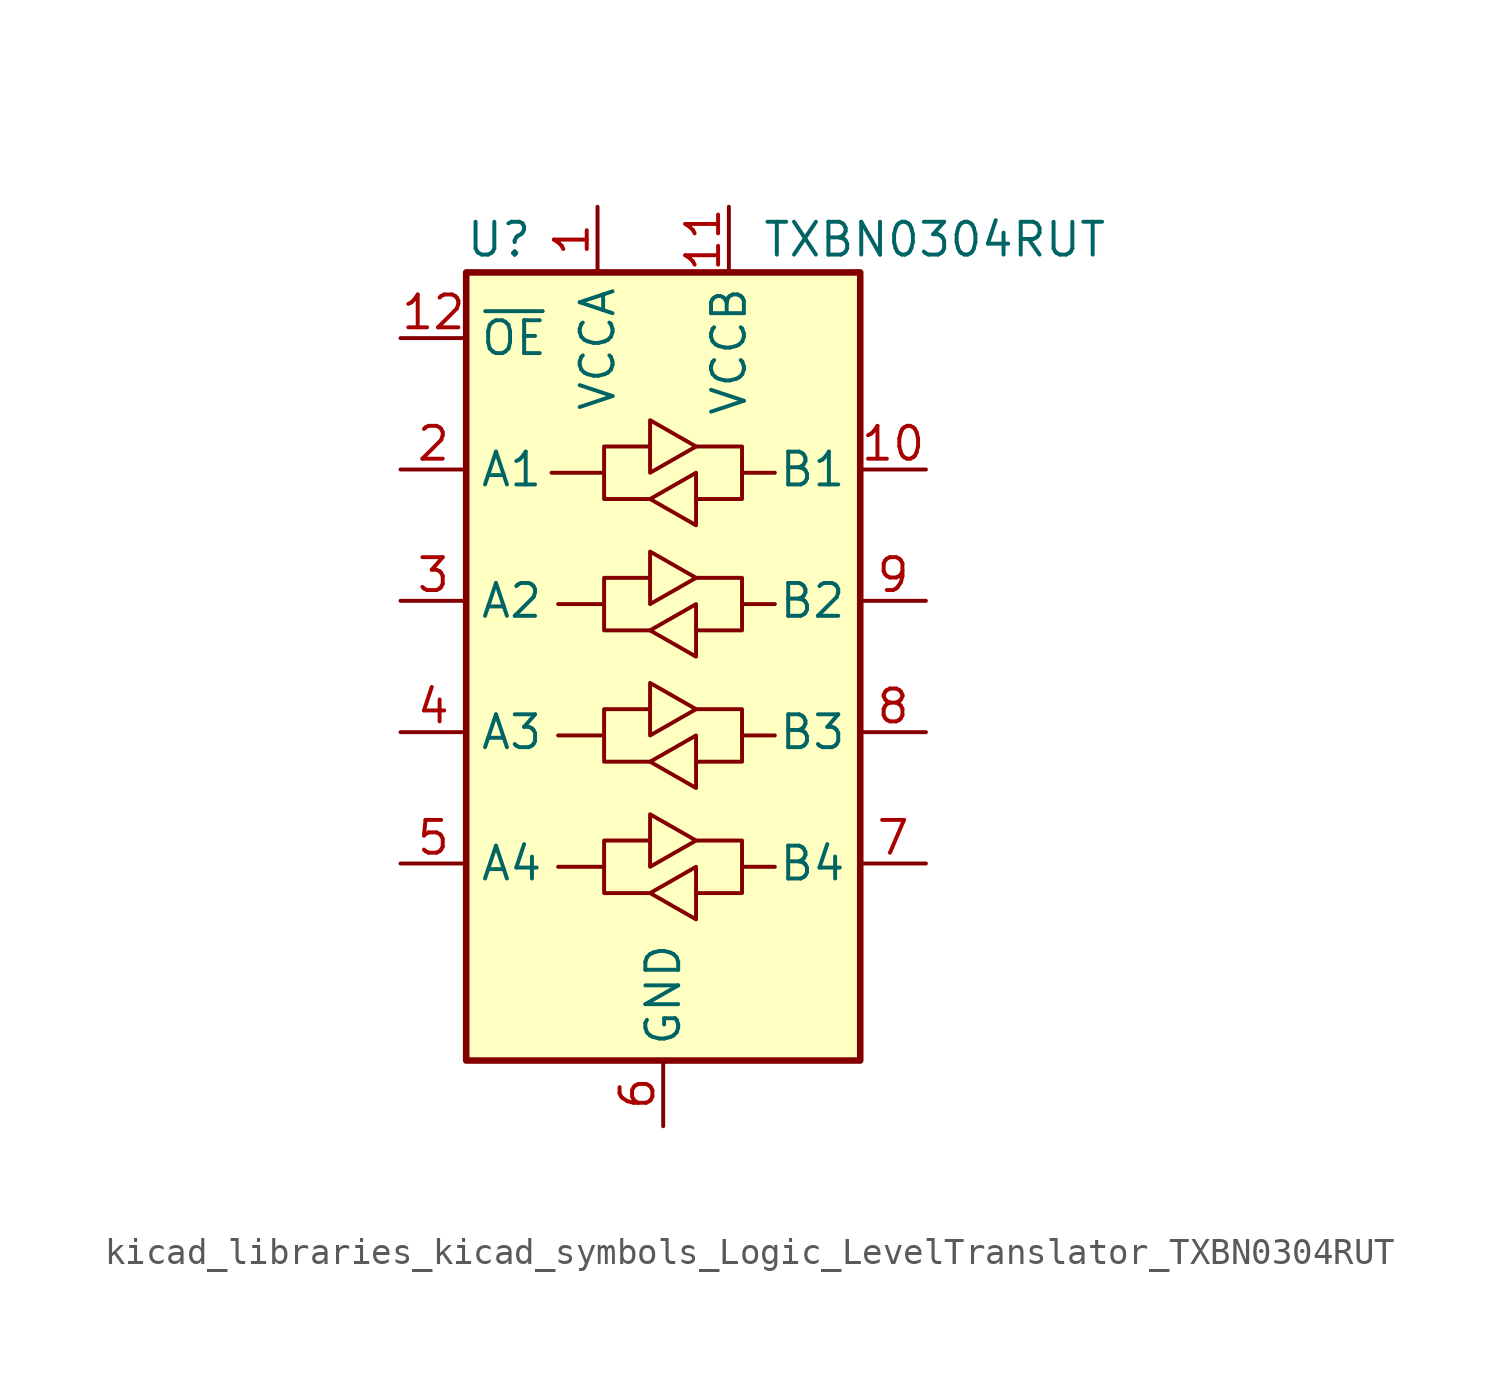
<source format=kicad_sym>
(kicad_symbol_lib
  (version 20220914)
  (generator kicad_symbol_editor)
  (symbol "kicad_libraries_kicad_symbols_Logic_LevelTranslator_TXBN0304RUT"
    (property "Reference" "U"
      (at -6.35 16.51 0)
      (effects (font (size 1.27 1.27))))
    (property "Value" "TXBN0304RUT"
      (at 3.81 16.51 0)
      (effects (font (size 1.27 1.27)) (justify left)))
    (symbol "kicad_libraries_kicad_symbols_Logic_LevelTranslator_TXBN0304RUT_0_1"
      (rectangle (start -7.62 15.24) (end 7.62 -15.24) (stroke (width 0.254) (type default)) (fill (type background)))
      (polyline (pts (xy -2.286 -7.747) (xy -2.286 -6.731) (xy -0.508 -6.731)) (stroke (width 0) (type default)) (fill (type none)))
      (polyline (pts (xy -2.286 -2.667) (xy -2.286 -1.651) (xy -0.508 -1.651)) (stroke (width 0) (type default)) (fill (type none)))
      (polyline (pts (xy -2.286 2.413) (xy -2.286 3.429) (xy -0.508 3.429)) (stroke (width 0) (type default)) (fill (type none)))
      (polyline (pts (xy -2.286 7.493) (xy -2.286 8.509) (xy -0.508 8.509)) (stroke (width 0) (type default)) (fill (type none)))
      (polyline (pts (xy 3.048 -7.747) (xy 3.048 -8.763) (xy 1.27 -8.763)) (stroke (width 0) (type default)) (fill (type none)))
      (polyline (pts (xy 3.048 -2.667) (xy 3.048 -3.683) (xy 1.27 -3.683)) (stroke (width 0) (type default)) (fill (type none)))
      (polyline (pts (xy 3.048 2.413) (xy 3.048 1.397) (xy 1.27 1.397)) (stroke (width 0) (type default)) (fill (type none)))
      (polyline (pts (xy 3.048 7.493) (xy 3.048 6.477) (xy 1.27 6.477)) (stroke (width 0) (type default)) (fill (type none)))
      (polyline (pts (xy -0.508 -8.763) (xy -2.286 -8.763) (xy -2.286 -7.747) (xy -4.064 -7.747)) (stroke (width 0) (type default)) (fill (type none)))
      (polyline (pts (xy -0.508 -8.763) (xy 1.27 -7.747) (xy 1.27 -9.779) (xy -0.508 -8.763)) (stroke (width 0) (type default)) (fill (type none)))
      (polyline (pts (xy -0.508 -3.683) (xy -2.286 -3.683) (xy -2.286 -2.667) (xy -4.064 -2.667)) (stroke (width 0) (type default)) (fill (type none)))
      (polyline (pts (xy -0.508 -3.683) (xy 1.27 -2.667) (xy 1.27 -4.699) (xy -0.508 -3.683)) (stroke (width 0) (type default)) (fill (type none)))
      (polyline (pts (xy -0.508 1.397) (xy -2.286 1.397) (xy -2.286 2.413) (xy -4.064 2.413)) (stroke (width 0) (type default)) (fill (type none)))
      (polyline (pts (xy -0.508 1.397) (xy 1.27 2.413) (xy 1.27 0.381) (xy -0.508 1.397)) (stroke (width 0) (type default)) (fill (type none)))
      (polyline (pts (xy -0.508 6.477) (xy -2.286 6.477) (xy -2.286 7.493) (xy -4.318 7.493)) (stroke (width 0) (type default)) (fill (type none)))
      (polyline (pts (xy -0.508 6.477) (xy 1.27 7.493) (xy 1.27 5.461) (xy -0.508 6.477)) (stroke (width 0) (type default)) (fill (type none)))
      (polyline (pts (xy 1.27 -6.731) (xy -0.508 -7.747) (xy -0.508 -5.715) (xy 1.27 -6.731)) (stroke (width 0) (type default)) (fill (type none)))
      (polyline (pts (xy 1.27 -6.731) (xy 3.048 -6.731) (xy 3.048 -7.747) (xy 4.318 -7.747)) (stroke (width 0) (type default)) (fill (type none)))
      (polyline (pts (xy 1.27 -1.651) (xy -0.508 -2.667) (xy -0.508 -0.635) (xy 1.27 -1.651)) (stroke (width 0) (type default)) (fill (type none)))
      (polyline (pts (xy 1.27 -1.651) (xy 3.048 -1.651) (xy 3.048 -2.667) (xy 4.318 -2.667)) (stroke (width 0) (type default)) (fill (type none)))
      (polyline (pts (xy 1.27 3.429) (xy -0.508 2.413) (xy -0.508 4.445) (xy 1.27 3.429)) (stroke (width 0) (type default)) (fill (type none)))
      (polyline (pts (xy 1.27 3.429) (xy 3.048 3.429) (xy 3.048 2.413) (xy 4.318 2.413)) (stroke (width 0) (type default)) (fill (type none)))
      (polyline (pts (xy 1.27 8.509) (xy -0.508 7.493) (xy -0.508 9.525) (xy 1.27 8.509)) (stroke (width 0) (type default)) (fill (type none)))
      (polyline (pts (xy 1.27 8.509) (xy 3.048 8.509) (xy 3.048 7.493) (xy 4.318 7.493)) (stroke (width 0) (type default)) (fill (type none))))
    (symbol "kicad_libraries_kicad_symbols_Logic_LevelTranslator_TXBN0304RUT_1_1"
      (pin power_in line (at -2.54 17.78 270) (length 2.54) (name "VCCA" (effects (font (size 1.27 1.27)))) (number "1" (effects (font (size 1.27 1.27)))))
      (pin tri_state line (at 10.16 7.62 180) (length 2.54) (name "B1" (effects (font (size 1.27 1.27)))) (number "10" (effects (font (size 1.27 1.27)))))
      (pin power_in line (at 2.54 17.78 270) (length 2.54) (name "VCCB" (effects (font (size 1.27 1.27)))) (number "11" (effects (font (size 1.27 1.27)))))
      (pin input line (at -10.16 12.7 0) (length 2.54) (name "~{OE}" (effects (font (size 1.27 1.27)))) (number "12" (effects (font (size 1.27 1.27)))))
      (pin tri_state line (at -10.16 7.62 0) (length 2.54) (name "A1" (effects (font (size 1.27 1.27)))) (number "2" (effects (font (size 1.27 1.27)))))
      (pin tri_state line (at -10.16 2.54 0) (length 2.54) (name "A2" (effects (font (size 1.27 1.27)))) (number "3" (effects (font (size 1.27 1.27)))))
      (pin tri_state line (at -10.16 -2.54 0) (length 2.54) (name "A3" (effects (font (size 1.27 1.27)))) (number "4" (effects (font (size 1.27 1.27)))))
      (pin tri_state line (at -10.16 -7.62 0) (length 2.54) (name "A4" (effects (font (size 1.27 1.27)))) (number "5" (effects (font (size 1.27 1.27)))))
      (pin power_in line (at 0 -17.78 90) (length 2.54) (name "GND" (effects (font (size 1.27 1.27)))) (number "6" (effects (font (size 1.27 1.27)))))
      (pin tri_state line (at 10.16 -7.62 180) (length 2.54) (name "B4" (effects (font (size 1.27 1.27)))) (number "7" (effects (font (size 1.27 1.27)))))
      (pin tri_state line (at 10.16 -2.54 180) (length 2.54) (name "B3" (effects (font (size 1.27 1.27)))) (number "8" (effects (font (size 1.27 1.27)))))
      (pin tri_state line (at 10.16 2.54 180) (length 2.54) (name "B2" (effects (font (size 1.27 1.27)))) (number "9" (effects (font (size 1.27 1.27))))))))
</source>
